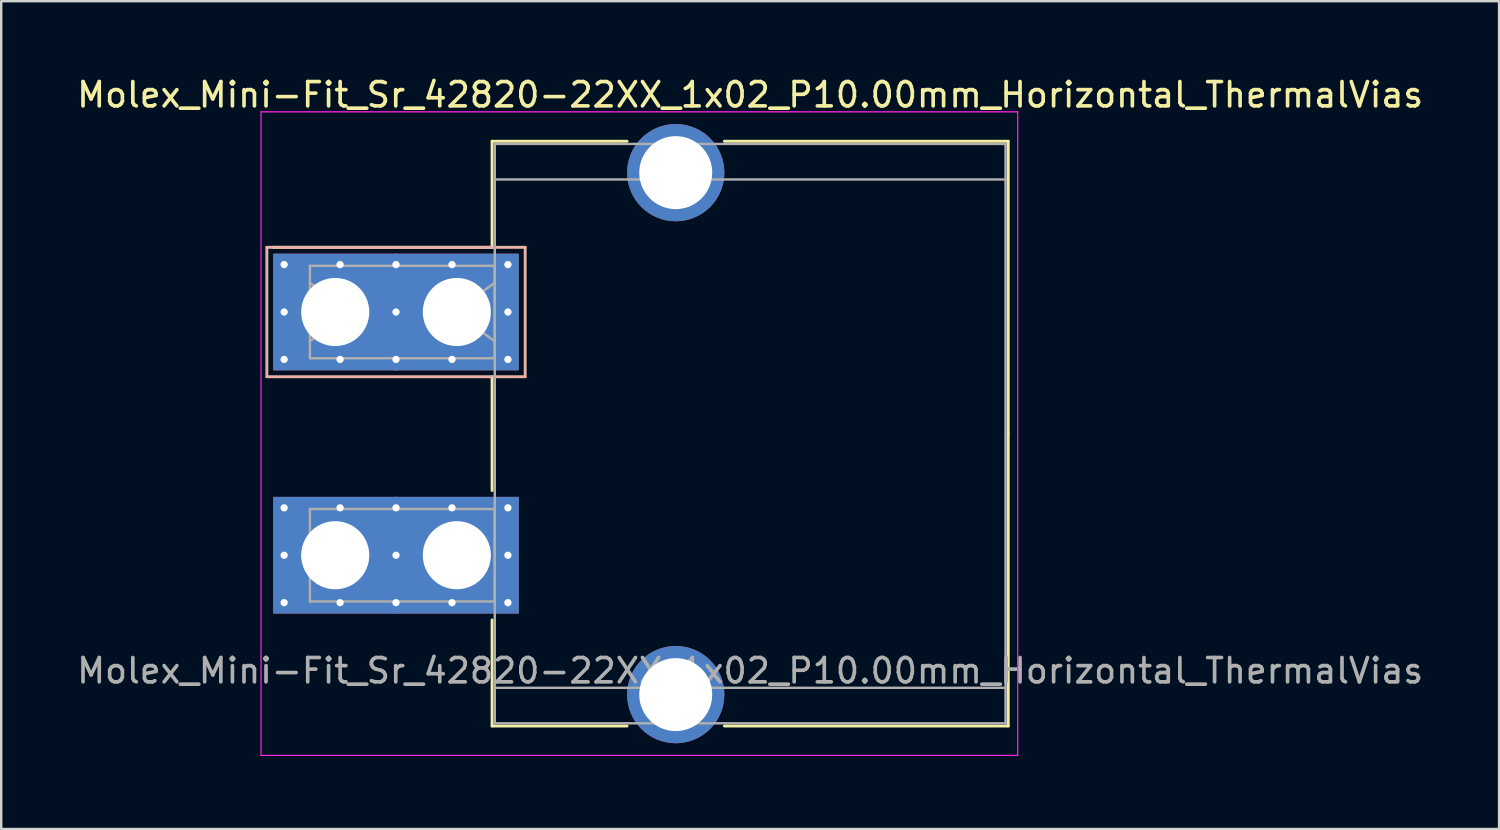
<source format=kicad_pcb>
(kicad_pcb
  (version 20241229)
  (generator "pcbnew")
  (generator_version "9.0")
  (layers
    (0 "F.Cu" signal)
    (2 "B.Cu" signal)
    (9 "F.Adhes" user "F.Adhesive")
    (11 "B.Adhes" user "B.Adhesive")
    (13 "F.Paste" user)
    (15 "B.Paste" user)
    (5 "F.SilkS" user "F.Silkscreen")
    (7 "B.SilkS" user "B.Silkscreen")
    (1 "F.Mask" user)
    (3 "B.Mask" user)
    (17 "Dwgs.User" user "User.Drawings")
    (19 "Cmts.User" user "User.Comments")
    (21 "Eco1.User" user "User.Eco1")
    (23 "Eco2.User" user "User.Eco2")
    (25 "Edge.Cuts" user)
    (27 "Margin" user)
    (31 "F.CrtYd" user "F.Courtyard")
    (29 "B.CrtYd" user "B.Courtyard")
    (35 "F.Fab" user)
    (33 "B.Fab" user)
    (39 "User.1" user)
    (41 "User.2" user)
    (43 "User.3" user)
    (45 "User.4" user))
  (footprint "Molex_Mini-Fit_Sr_42820-22XX_1x02_P10.00mm_Horizontal_ThermalVias"
    (layer "F.Cu")
    (at 10.732 9.778)
    (property "Reference" "Molex_Mini-Fit_Sr_42820-22XX_1x02_P10.00mm_Horizontal_ThermalVias" (at 17.06 -8.93 0) (layer "F.SilkS") (effects (font (size 1 1) (thickness 0.15))))
    (attr through_hole)
    (fp_line (start 6.45 -7.02) (end 12 -7.02) (stroke (width 0.12) (type solid)) (layer "F.SilkS"))
    (fp_line (start 6.45 -2.66) (end -2.55 -2.66) (stroke (width 0.12) (type solid)) (layer "F.SilkS"))
    (fp_line (start 6.45 -2.66) (end 6.45 -7.02) (stroke (width 0.12) (type solid)) (layer "F.SilkS"))
    (fp_line (start 6.45 2.66) (end 6.45 7.34) (stroke (width 0.12) (type solid)) (layer "F.SilkS"))
    (fp_line (start 6.45 12.66) (end 6.45 17.02) (stroke (width 0.12) (type solid)) (layer "F.SilkS"))
    (fp_line (start 6.45 17.02) (end 12 17.02) (stroke (width 0.12) (type solid)) (layer "F.SilkS"))
    (fp_line (start 16 -7.02) (end 27.67 -7.02) (stroke (width 0.12) (type solid)) (layer "F.SilkS"))
    (fp_line (start 16 17.02) (end 27.67 17.02) (stroke (width 0.12) (type solid)) (layer "F.SilkS"))
    (fp_line (start 27.67 -7.02) (end 27.67 5) (stroke (width 0.12) (type solid)) (layer "F.SilkS"))
    (fp_line (start 27.67 17.02) (end 27.67 5) (stroke (width 0.12) (type solid)) (layer "F.SilkS"))
    (fp_line (start -2.81 -2.66) (end -2.81 2.66) (stroke (width 0.12) (type solid)) (layer "B.SilkS"))
    (fp_line (start -2.81 2.66) (end 7.81 2.66) (stroke (width 0.12) (type solid)) (layer "B.SilkS"))
    (fp_line (start 7.81 -2.66) (end -2.81 -2.66) (stroke (width 0.12) (type solid)) (layer "B.SilkS"))
    (fp_line (start 7.81 2.66) (end 7.81 -2.66) (stroke (width 0.12) (type solid)) (layer "B.SilkS"))
    (fp_line (start -3.05 -8.23) (end -3.05 18.23) (stroke (width 0.05) (type solid)) (layer "F.CrtYd"))
    (fp_line (start -3.05 18.23) (end 28.06 18.23) (stroke (width 0.05) (type solid)) (layer "F.CrtYd"))
    (fp_line (start 28.06 -8.23) (end -3.05 -8.23) (stroke (width 0.05) (type solid)) (layer "F.CrtYd"))
    (fp_line (start 28.06 18.23) (end 28.06 -8.23) (stroke (width 0.05) (type solid)) (layer "F.CrtYd"))
    (fp_line (start -1.04 -1.9) (end 6.56 -1.9) (stroke (width 0.1) (type solid)) (layer "F.Fab"))
    (fp_line (start -1.04 -1.2) (end 0.657 0) (stroke (width 0.1) (type solid)) (layer "F.Fab"))
    (fp_line (start -1.04 1.9) (end -1.04 -1.9) (stroke (width 0.1) (type solid)) (layer "F.Fab"))
    (fp_line (start -1.04 8.1) (end 6.56 8.1) (stroke (width 0.1) (type solid)) (layer "F.Fab"))
    (fp_line (start -1.04 11.9) (end -1.04 8.1) (stroke (width 0.1) (type solid)) (layer "F.Fab"))
    (fp_line (start 0.657 0) (end -1.04 1.2) (stroke (width 0.1) (type solid)) (layer "F.Fab"))
    (fp_line (start 4.863 0) (end 6.56 1.2) (stroke (width 0.1) (type solid)) (layer "F.Fab"))
    (fp_line (start 6.56 -6.91) (end 6.56 16.91) (stroke (width 0.1) (type solid)) (layer "F.Fab"))
    (fp_line (start 6.56 -5.45) (end 27.56 -5.45) (stroke (width 0.1) (type solid)) (layer "F.Fab"))
    (fp_line (start 6.56 -1.9) (end 6.56 1.9) (stroke (width 0.1) (type solid)) (layer "F.Fab"))
    (fp_line (start 6.56 -1.2) (end 4.863 0) (stroke (width 0.1) (type solid)) (layer "F.Fab"))
    (fp_line (start 6.56 1.9) (end -1.04 1.9) (stroke (width 0.1) (type solid)) (layer "F.Fab"))
    (fp_line (start 6.56 8.1) (end 6.56 11.9) (stroke (width 0.1) (type solid)) (layer "F.Fab"))
    (fp_line (start 6.56 11.9) (end -1.04 11.9) (stroke (width 0.1) (type solid)) (layer "F.Fab"))
    (fp_line (start 6.56 15.45) (end 27.56 15.45) (stroke (width 0.1) (type solid)) (layer "F.Fab"))
    (fp_line (start 6.56 16.91) (end 27.56 16.91) (stroke (width 0.1) (type solid)) (layer "F.Fab"))
    (fp_line (start 27.56 -6.91) (end 6.56 -6.91) (stroke (width 0.1) (type solid)) (layer "F.Fab"))
    (fp_line (start 27.56 16.91) (end 27.56 -6.91) (stroke (width 0.1) (type solid)) (layer "F.Fab"))
    (fp_text user "${REFERENCE}" (at 17.06 14.75 0) (layer "F.Fab") (effects (font (size 1 1) (thickness 0.15))))
    (pad "" thru_hole circle (at 14 -5.73) (size 4 4) (drill 3) (layers "*.Cu" "*.Mask"))
    (pad "" thru_hole circle (at 14 15.73) (size 4 4) (drill 3) (layers "*.Cu" "*.Mask"))
    (pad "1" thru_hole roundrect (at -2.1 -1.95) (size 0.6 0.6) (drill 0.3) (layers "*.Cu" "*.Mask") (roundrect_rratio 0.25))
    (pad "1" thru_hole roundrect (at -2.1 0) (size 0.6 0.6) (drill 0.3) (layers "*.Cu" "*.Mask") (roundrect_rratio 0.25))
    (pad "1" thru_hole roundrect (at -2.1 1.95) (size 0.6 0.6) (drill 0.3) (layers "*.Cu" "*.Mask") (roundrect_rratio 0.25))
    (pad "1" thru_hole rect (at 0 0) (size 5.1 4.8) (drill 2.8) (layers "*.Cu" "*.Mask"))
    (pad "1" thru_hole roundrect (at 0.2 -1.95) (size 0.6 0.6) (drill 0.3) (layers "*.Cu" "*.Mask") (roundrect_rratio 0.25))
    (pad "1" thru_hole roundrect (at 0.2 1.95) (size 0.6 0.6) (drill 0.3) (layers "*.Cu" "*.Mask") (roundrect_rratio 0.25))
    (pad "1" thru_hole roundrect (at 2.5 -1.95) (size 0.6 0.6) (drill 0.3) (layers "*.Cu" "*.Mask") (roundrect_rratio 0.25))
    (pad "1" thru_hole roundrect (at 2.5 0) (size 0.6 0.6) (drill 0.3) (layers "*.Cu" "*.Mask") (roundrect_rratio 0.25))
    (pad "1" thru_hole roundrect (at 2.5 1.95) (size 0.6 0.6) (drill 0.3) (layers "*.Cu" "*.Mask") (roundrect_rratio 0.25))
    (pad "1" thru_hole roundrect (at 4.8 -1.95) (size 0.6 0.6) (drill 0.3) (layers "*.Cu" "*.Mask") (roundrect_rratio 0.25))
    (pad "1" thru_hole roundrect (at 4.8 1.95) (size 0.6 0.6) (drill 0.3) (layers "*.Cu" "*.Mask") (roundrect_rratio 0.25))
    (pad "1" thru_hole rect (at 5 0) (size 5.1 4.8) (drill 2.8) (layers "*.Cu" "*.Mask"))
    (pad "1" thru_hole roundrect (at 7.1 -1.95) (size 0.6 0.6) (drill 0.3) (layers "*.Cu" "*.Mask") (roundrect_rratio 0.25))
    (pad "1" thru_hole roundrect (at 7.1 0) (size 0.6 0.6) (drill 0.3) (layers "*.Cu" "*.Mask") (roundrect_rratio 0.25))
    (pad "1" thru_hole roundrect (at 7.1 1.95) (size 0.6 0.6) (drill 0.3) (layers "*.Cu" "*.Mask") (roundrect_rratio 0.25))
    (pad "2" thru_hole circle (at -2.1 8.05) (size 0.6 0.6) (drill 0.3) (layers "*.Cu" "*.Mask"))
    (pad "2" thru_hole circle (at -2.1 10) (size 0.6 0.6) (drill 0.3) (layers "*.Cu" "*.Mask"))
    (pad "2" thru_hole circle (at -2.1 11.95) (size 0.6 0.6) (drill 0.3) (layers "*.Cu" "*.Mask"))
    (pad "2" thru_hole rect (at 0 10) (size 5.1 4.8) (drill 2.8) (layers "*.Cu" "*.Mask"))
    (pad "2" thru_hole circle (at 0.2 8.05) (size 0.6 0.6) (drill 0.3) (layers "*.Cu" "*.Mask"))
    (pad "2" thru_hole circle (at 0.2 11.95) (size 0.6 0.6) (drill 0.3) (layers "*.Cu" "*.Mask"))
    (pad "2" thru_hole circle (at 2.5 8.05) (size 0.6 0.6) (drill 0.3) (layers "*.Cu" "*.Mask"))
    (pad "2" thru_hole circle (at 2.5 10) (size 0.6 0.6) (drill 0.3) (layers "*.Cu" "*.Mask"))
    (pad "2" thru_hole circle (at 2.5 11.95) (size 0.6 0.6) (drill 0.3) (layers "*.Cu" "*.Mask"))
    (pad "2" thru_hole circle (at 4.8 8.05) (size 0.6 0.6) (drill 0.3) (layers "*.Cu" "*.Mask"))
    (pad "2" thru_hole circle (at 4.8 11.95) (size 0.6 0.6) (drill 0.3) (layers "*.Cu" "*.Mask"))
    (pad "2" thru_hole rect (at 5 10) (size 5.1 4.8) (drill 2.8) (layers "*.Cu" "*.Mask"))
    (pad "2" thru_hole circle (at 7.1 8.05) (size 0.6 0.6) (drill 0.3) (layers "*.Cu" "*.Mask"))
    (pad "2" thru_hole circle (at 7.1 10) (size 0.6 0.6) (drill 0.3) (layers "*.Cu" "*.Mask"))
    (pad "2" thru_hole circle (at 7.1 11.95) (size 0.6 0.6) (drill 0.3) (layers "*.Cu" "*.Mask")))
  (gr_rect
    (start -3 -3)
    (end 58.583 31.033)
    (stroke (width 0.1) (type default))
    (fill no)
    (layer "Edge.Cuts")))
</source>
